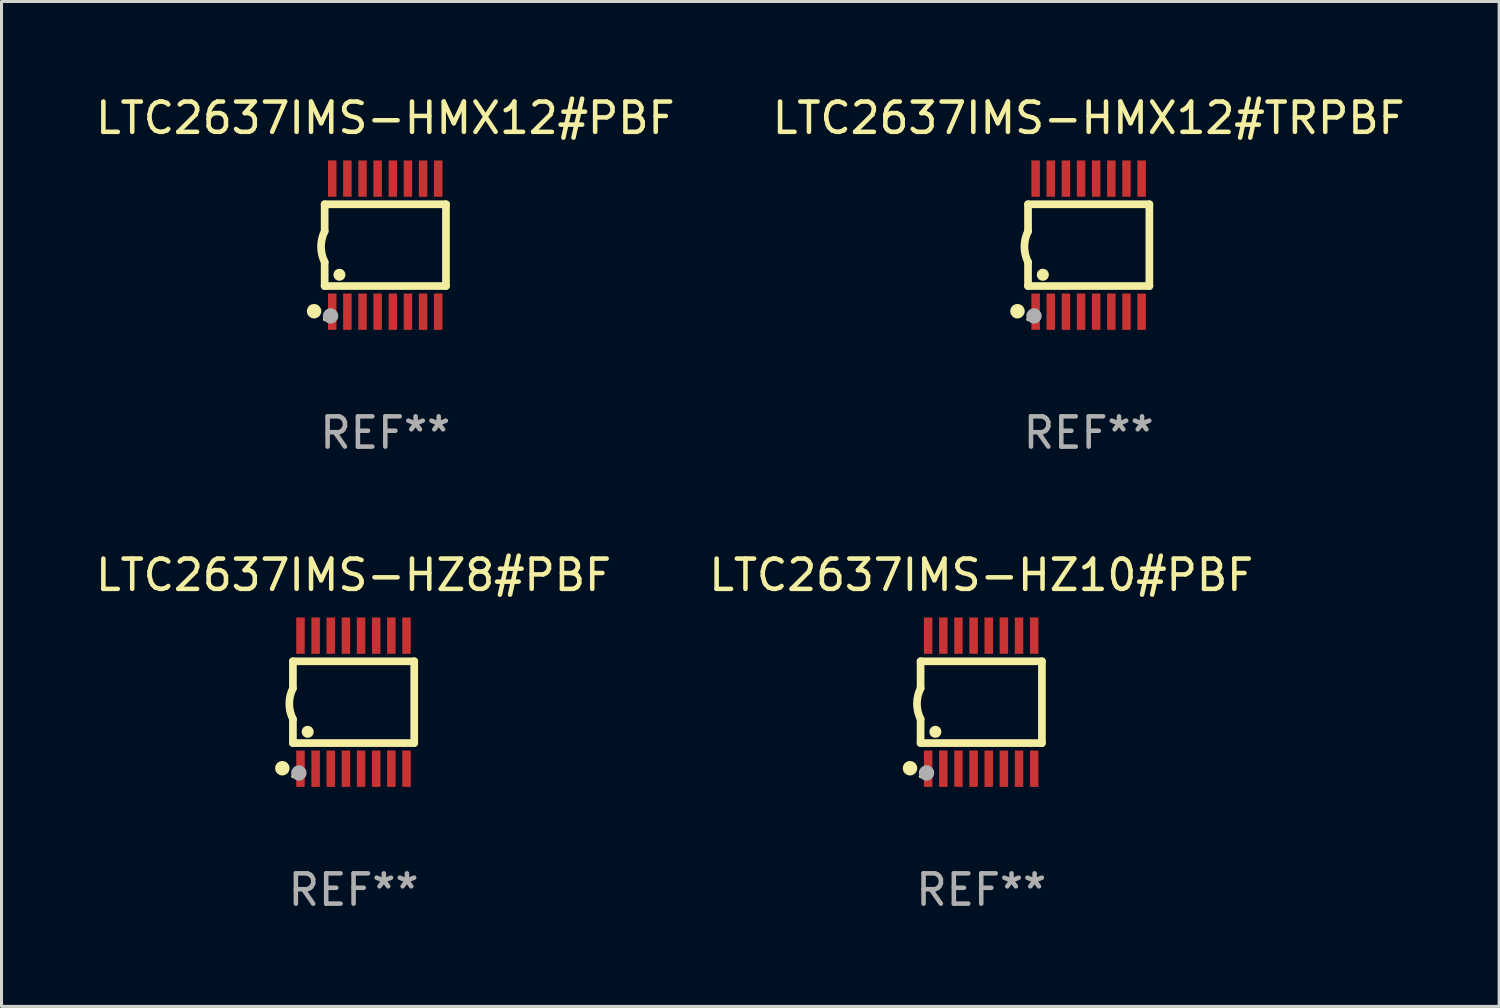
<source format=kicad_pcb>
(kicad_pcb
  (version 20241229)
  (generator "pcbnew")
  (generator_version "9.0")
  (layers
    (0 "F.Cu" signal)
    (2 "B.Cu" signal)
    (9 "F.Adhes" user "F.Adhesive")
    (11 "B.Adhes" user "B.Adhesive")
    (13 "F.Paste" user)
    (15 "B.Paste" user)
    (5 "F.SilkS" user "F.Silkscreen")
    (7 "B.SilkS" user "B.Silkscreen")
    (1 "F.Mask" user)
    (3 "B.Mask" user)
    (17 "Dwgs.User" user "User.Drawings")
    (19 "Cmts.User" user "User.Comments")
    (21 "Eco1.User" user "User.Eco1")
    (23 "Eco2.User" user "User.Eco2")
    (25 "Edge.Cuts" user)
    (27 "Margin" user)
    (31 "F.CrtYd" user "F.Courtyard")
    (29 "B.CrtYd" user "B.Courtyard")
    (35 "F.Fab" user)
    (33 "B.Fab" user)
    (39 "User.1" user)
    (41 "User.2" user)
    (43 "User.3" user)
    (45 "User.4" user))
  (footprint "LTC2637IMS-HMX12#TRPBF"
    (layer "F.Cu")
    (at 32.899 5.045)
    (property "Reference" "LTC2637IMS-HMX12#TRPBF" (at 0 -4.197 0) (layer "F.SilkS") (effects (font (size 1 1) (thickness 0.15))))
    (attr through_hole)
    (fp_line (start -2.003 -1.35) (end -2.003 -0.457) (stroke (width 0.254) (type solid)) (layer "F.SilkS"))
    (fp_line (start -2.003 -1.35) (end 2.003 -1.35) (stroke (width 0.254) (type solid)) (layer "F.SilkS"))
    (fp_line (start -2.003 1.35) (end -2.003 0.559) (stroke (width 0.254) (type solid)) (layer "F.SilkS"))
    (fp_line (start -2.003 1.35) (end 2.003 1.35) (stroke (width 0.254) (type solid)) (layer "F.SilkS"))
    (fp_line (start 2.003 -1.35) (end 2.003 1.35) (stroke (width 0.254) (type solid)) (layer "F.SilkS"))
    (fp_arc (start -2.002286 0.558802) (mid -2.122556 0.05092) (end -2.003302 -0.457201) (stroke (width 0.254001) (type solid)) (layer "F.SilkS"))
    (fp_circle (center -2.353 2.18) (end -2.233 2.18) (stroke (width 0.24) (type solid)) (fill no) (layer "F.SilkS"))
    (fp_circle (center -2.003 2.45) (end -1.973 2.45) (stroke (width 0.06) (type solid)) (fill no) (layer "F.SilkS"))
    (fp_circle (center -1.515 0.978) (end -1.415 0.978) (stroke (width 0.2) (type solid)) (fill no) (layer "F.SilkS"))
    (fp_circle (center -1.807 2.337) (end -1.68 2.337) (stroke (width 0.254) (type solid)) (fill no) (layer "F.Fab"))
    (fp_text user "REF**" (at 0 6.197 0) (layer "F.Fab") (effects (font (size 1 1) (thickness 0.15))))
    (pad "1" smd rect (at -1.753 2.197 90) (size 1.2 0.28) (layers "F.Cu" "F.Mask" "F.Paste"))
    (pad "2" smd rect (at -1.253 2.197 90) (size 1.2 0.28) (layers "F.Cu" "F.Mask" "F.Paste"))
    (pad "3" smd rect (at -0.753 2.197 90) (size 1.2 0.28) (layers "F.Cu" "F.Mask" "F.Paste"))
    (pad "4" smd rect (at -0.253 2.197 90) (size 1.2 0.28) (layers "F.Cu" "F.Mask" "F.Paste"))
    (pad "5" smd rect (at 0.247 2.197 90) (size 1.2 0.28) (layers "F.Cu" "F.Mask" "F.Paste"))
    (pad "6" smd rect (at 0.747 2.197 90) (size 1.2 0.28) (layers "F.Cu" "F.Mask" "F.Paste"))
    (pad "7" smd rect (at 1.247 2.197 90) (size 1.2 0.28) (layers "F.Cu" "F.Mask" "F.Paste"))
    (pad "8" smd rect (at 1.747 2.197 90) (size 1.2 0.28) (layers "F.Cu" "F.Mask" "F.Paste"))
    (pad "9" smd rect (at 1.747 -2.197 90) (size 1.2 0.28) (layers "F.Cu" "F.Mask" "F.Paste"))
    (pad "10" smd rect (at 1.247 -2.197 90) (size 1.2 0.28) (layers "F.Cu" "F.Mask" "F.Paste"))
    (pad "11" smd rect (at 0.747 -2.197 90) (size 1.2 0.28) (layers "F.Cu" "F.Mask" "F.Paste"))
    (pad "12" smd rect (at 0.247 -2.197 90) (size 1.2 0.28) (layers "F.Cu" "F.Mask" "F.Paste"))
    (pad "13" smd rect (at -0.253 -2.197 90) (size 1.2 0.28) (layers "F.Cu" "F.Mask" "F.Paste"))
    (pad "14" smd rect (at -0.753 -2.197 90) (size 1.2 0.28) (layers "F.Cu" "F.Mask" "F.Paste"))
    (pad "15" smd rect (at -1.253 -2.197 90) (size 1.2 0.28) (layers "F.Cu" "F.Mask" "F.Paste"))
    (pad "16" smd rect (at -1.753 -2.197 90) (size 1.2 0.28) (layers "F.Cu" "F.Mask" "F.Paste")))
  (footprint "LTC2637IMS-HZ8#PBF"
    (layer "F.Cu")
    (at 8.625 20.136)
    (property "Reference" "LTC2637IMS-HZ8#PBF" (at 0 -4.197 0) (layer "F.SilkS") (effects (font (size 1 1) (thickness 0.15))))
    (attr through_hole)
    (fp_line (start -2.003 -1.35) (end -2.003 -0.457) (stroke (width 0.254) (type solid)) (layer "F.SilkS"))
    (fp_line (start -2.003 -1.35) (end 2.003 -1.35) (stroke (width 0.254) (type solid)) (layer "F.SilkS"))
    (fp_line (start -2.003 1.35) (end -2.003 0.559) (stroke (width 0.254) (type solid)) (layer "F.SilkS"))
    (fp_line (start -2.003 1.35) (end 2.003 1.35) (stroke (width 0.254) (type solid)) (layer "F.SilkS"))
    (fp_line (start 2.003 -1.35) (end 2.003 1.35) (stroke (width 0.254) (type solid)) (layer "F.SilkS"))
    (fp_arc (start -2.002286 0.558802) (mid -2.122556 0.05092) (end -2.003302 -0.457201) (stroke (width 0.254001) (type solid)) (layer "F.SilkS"))
    (fp_circle (center -2.353 2.18) (end -2.233 2.18) (stroke (width 0.24) (type solid)) (fill no) (layer "F.SilkS"))
    (fp_circle (center -2.003 2.45) (end -1.973 2.45) (stroke (width 0.06) (type solid)) (fill no) (layer "F.SilkS"))
    (fp_circle (center -1.515 0.978) (end -1.415 0.978) (stroke (width 0.2) (type solid)) (fill no) (layer "F.SilkS"))
    (fp_circle (center -1.807 2.337) (end -1.68 2.337) (stroke (width 0.254) (type solid)) (fill no) (layer "F.Fab"))
    (fp_text user "REF**" (at 0 6.197 0) (layer "F.Fab") (effects (font (size 1 1) (thickness 0.15))))
    (pad "1" smd rect (at -1.753 2.197 90) (size 1.2 0.28) (layers "F.Cu" "F.Mask" "F.Paste"))
    (pad "2" smd rect (at -1.253 2.197 90) (size 1.2 0.28) (layers "F.Cu" "F.Mask" "F.Paste"))
    (pad "3" smd rect (at -0.753 2.197 90) (size 1.2 0.28) (layers "F.Cu" "F.Mask" "F.Paste"))
    (pad "4" smd rect (at -0.253 2.197 90) (size 1.2 0.28) (layers "F.Cu" "F.Mask" "F.Paste"))
    (pad "5" smd rect (at 0.247 2.197 90) (size 1.2 0.28) (layers "F.Cu" "F.Mask" "F.Paste"))
    (pad "6" smd rect (at 0.747 2.197 90) (size 1.2 0.28) (layers "F.Cu" "F.Mask" "F.Paste"))
    (pad "7" smd rect (at 1.247 2.197 90) (size 1.2 0.28) (layers "F.Cu" "F.Mask" "F.Paste"))
    (pad "8" smd rect (at 1.747 2.197 90) (size 1.2 0.28) (layers "F.Cu" "F.Mask" "F.Paste"))
    (pad "9" smd rect (at 1.747 -2.197 90) (size 1.2 0.28) (layers "F.Cu" "F.Mask" "F.Paste"))
    (pad "10" smd rect (at 1.247 -2.197 90) (size 1.2 0.28) (layers "F.Cu" "F.Mask" "F.Paste"))
    (pad "11" smd rect (at 0.747 -2.197 90) (size 1.2 0.28) (layers "F.Cu" "F.Mask" "F.Paste"))
    (pad "12" smd rect (at 0.247 -2.197 90) (size 1.2 0.28) (layers "F.Cu" "F.Mask" "F.Paste"))
    (pad "13" smd rect (at -0.253 -2.197 90) (size 1.2 0.28) (layers "F.Cu" "F.Mask" "F.Paste"))
    (pad "14" smd rect (at -0.753 -2.197 90) (size 1.2 0.28) (layers "F.Cu" "F.Mask" "F.Paste"))
    (pad "15" smd rect (at -1.253 -2.197 90) (size 1.2 0.28) (layers "F.Cu" "F.Mask" "F.Paste"))
    (pad "16" smd rect (at -1.753 -2.197 90) (size 1.2 0.28) (layers "F.Cu" "F.Mask" "F.Paste")))
  (footprint "LTC2637IMS-HZ10#PBF"
    (layer "F.Cu")
    (at 29.351 20.136)
    (property "Reference" "LTC2637IMS-HZ10#PBF" (at 0 -4.197 0) (layer "F.SilkS") (effects (font (size 1 1) (thickness 0.15))))
    (attr through_hole)
    (fp_line (start -2.003 -1.35) (end -2.003 -0.457) (stroke (width 0.254) (type solid)) (layer "F.SilkS"))
    (fp_line (start -2.003 -1.35) (end 2.003 -1.35) (stroke (width 0.254) (type solid)) (layer "F.SilkS"))
    (fp_line (start -2.003 1.35) (end -2.003 0.559) (stroke (width 0.254) (type solid)) (layer "F.SilkS"))
    (fp_line (start -2.003 1.35) (end 2.003 1.35) (stroke (width 0.254) (type solid)) (layer "F.SilkS"))
    (fp_line (start 2.003 -1.35) (end 2.003 1.35) (stroke (width 0.254) (type solid)) (layer "F.SilkS"))
    (fp_arc (start -2.002286 0.558802) (mid -2.122556 0.05092) (end -2.003302 -0.457201) (stroke (width 0.254001) (type solid)) (layer "F.SilkS"))
    (fp_circle (center -2.353 2.18) (end -2.233 2.18) (stroke (width 0.24) (type solid)) (fill no) (layer "F.SilkS"))
    (fp_circle (center -2.003 2.45) (end -1.973 2.45) (stroke (width 0.06) (type solid)) (fill no) (layer "F.SilkS"))
    (fp_circle (center -1.515 0.978) (end -1.415 0.978) (stroke (width 0.2) (type solid)) (fill no) (layer "F.SilkS"))
    (fp_circle (center -1.807 2.337) (end -1.68 2.337) (stroke (width 0.254) (type solid)) (fill no) (layer "F.Fab"))
    (fp_text user "REF**" (at 0 6.197 0) (layer "F.Fab") (effects (font (size 1 1) (thickness 0.15))))
    (pad "1" smd rect (at -1.753 2.197 90) (size 1.2 0.28) (layers "F.Cu" "F.Mask" "F.Paste"))
    (pad "2" smd rect (at -1.253 2.197 90) (size 1.2 0.28) (layers "F.Cu" "F.Mask" "F.Paste"))
    (pad "3" smd rect (at -0.753 2.197 90) (size 1.2 0.28) (layers "F.Cu" "F.Mask" "F.Paste"))
    (pad "4" smd rect (at -0.253 2.197 90) (size 1.2 0.28) (layers "F.Cu" "F.Mask" "F.Paste"))
    (pad "5" smd rect (at 0.247 2.197 90) (size 1.2 0.28) (layers "F.Cu" "F.Mask" "F.Paste"))
    (pad "6" smd rect (at 0.747 2.197 90) (size 1.2 0.28) (layers "F.Cu" "F.Mask" "F.Paste"))
    (pad "7" smd rect (at 1.247 2.197 90) (size 1.2 0.28) (layers "F.Cu" "F.Mask" "F.Paste"))
    (pad "8" smd rect (at 1.747 2.197 90) (size 1.2 0.28) (layers "F.Cu" "F.Mask" "F.Paste"))
    (pad "9" smd rect (at 1.747 -2.197 90) (size 1.2 0.28) (layers "F.Cu" "F.Mask" "F.Paste"))
    (pad "10" smd rect (at 1.247 -2.197 90) (size 1.2 0.28) (layers "F.Cu" "F.Mask" "F.Paste"))
    (pad "11" smd rect (at 0.747 -2.197 90) (size 1.2 0.28) (layers "F.Cu" "F.Mask" "F.Paste"))
    (pad "12" smd rect (at 0.247 -2.197 90) (size 1.2 0.28) (layers "F.Cu" "F.Mask" "F.Paste"))
    (pad "13" smd rect (at -0.253 -2.197 90) (size 1.2 0.28) (layers "F.Cu" "F.Mask" "F.Paste"))
    (pad "14" smd rect (at -0.753 -2.197 90) (size 1.2 0.28) (layers "F.Cu" "F.Mask" "F.Paste"))
    (pad "15" smd rect (at -1.253 -2.197 90) (size 1.2 0.28) (layers "F.Cu" "F.Mask" "F.Paste"))
    (pad "16" smd rect (at -1.753 -2.197 90) (size 1.2 0.28) (layers "F.Cu" "F.Mask" "F.Paste")))
  (footprint "LTC2637IMS-HMX12#PBF"
    (layer "F.Cu")
    (at 9.673 5.045)
    (property "Reference" "LTC2637IMS-HMX12#PBF" (at 0 -4.197 0) (layer "F.SilkS") (effects (font (size 1 1) (thickness 0.15))))
    (attr through_hole)
    (fp_line (start -2.003 -1.35) (end -2.003 -0.457) (stroke (width 0.254) (type solid)) (layer "F.SilkS"))
    (fp_line (start -2.003 -1.35) (end 2.003 -1.35) (stroke (width 0.254) (type solid)) (layer "F.SilkS"))
    (fp_line (start -2.003 1.35) (end -2.003 0.559) (stroke (width 0.254) (type solid)) (layer "F.SilkS"))
    (fp_line (start -2.003 1.35) (end 2.003 1.35) (stroke (width 0.254) (type solid)) (layer "F.SilkS"))
    (fp_line (start 2.003 -1.35) (end 2.003 1.35) (stroke (width 0.254) (type solid)) (layer "F.SilkS"))
    (fp_arc (start -2.002286 0.558802) (mid -2.122556 0.05092) (end -2.003302 -0.457201) (stroke (width 0.254001) (type solid)) (layer "F.SilkS"))
    (fp_circle (center -2.353 2.18) (end -2.233 2.18) (stroke (width 0.24) (type solid)) (fill no) (layer "F.SilkS"))
    (fp_circle (center -2.003 2.45) (end -1.973 2.45) (stroke (width 0.06) (type solid)) (fill no) (layer "F.SilkS"))
    (fp_circle (center -1.515 0.978) (end -1.415 0.978) (stroke (width 0.2) (type solid)) (fill no) (layer "F.SilkS"))
    (fp_circle (center -1.807 2.337) (end -1.68 2.337) (stroke (width 0.254) (type solid)) (fill no) (layer "F.Fab"))
    (fp_text user "REF**" (at 0 6.197 0) (layer "F.Fab") (effects (font (size 1 1) (thickness 0.15))))
    (pad "1" smd rect (at -1.753 2.197 90) (size 1.2 0.28) (layers "F.Cu" "F.Mask" "F.Paste"))
    (pad "2" smd rect (at -1.253 2.197 90) (size 1.2 0.28) (layers "F.Cu" "F.Mask" "F.Paste"))
    (pad "3" smd rect (at -0.753 2.197 90) (size 1.2 0.28) (layers "F.Cu" "F.Mask" "F.Paste"))
    (pad "4" smd rect (at -0.253 2.197 90) (size 1.2 0.28) (layers "F.Cu" "F.Mask" "F.Paste"))
    (pad "5" smd rect (at 0.247 2.197 90) (size 1.2 0.28) (layers "F.Cu" "F.Mask" "F.Paste"))
    (pad "6" smd rect (at 0.747 2.197 90) (size 1.2 0.28) (layers "F.Cu" "F.Mask" "F.Paste"))
    (pad "7" smd rect (at 1.247 2.197 90) (size 1.2 0.28) (layers "F.Cu" "F.Mask" "F.Paste"))
    (pad "8" smd rect (at 1.747 2.197 90) (size 1.2 0.28) (layers "F.Cu" "F.Mask" "F.Paste"))
    (pad "9" smd rect (at 1.747 -2.197 90) (size 1.2 0.28) (layers "F.Cu" "F.Mask" "F.Paste"))
    (pad "10" smd rect (at 1.247 -2.197 90) (size 1.2 0.28) (layers "F.Cu" "F.Mask" "F.Paste"))
    (pad "11" smd rect (at 0.747 -2.197 90) (size 1.2 0.28) (layers "F.Cu" "F.Mask" "F.Paste"))
    (pad "12" smd rect (at 0.247 -2.197 90) (size 1.2 0.28) (layers "F.Cu" "F.Mask" "F.Paste"))
    (pad "13" smd rect (at -0.253 -2.197 90) (size 1.2 0.28) (layers "F.Cu" "F.Mask" "F.Paste"))
    (pad "14" smd rect (at -0.753 -2.197 90) (size 1.2 0.28) (layers "F.Cu" "F.Mask" "F.Paste"))
    (pad "15" smd rect (at -1.253 -2.197 90) (size 1.2 0.28) (layers "F.Cu" "F.Mask" "F.Paste"))
    (pad "16" smd rect (at -1.753 -2.197 90) (size 1.2 0.28) (layers "F.Cu" "F.Mask" "F.Paste")))
  (gr_rect
    (start -3 -3)
    (end 46.452 30.181)
    (stroke (width 0.1) (type default))
    (fill no)
    (layer "Edge.Cuts")))
</source>
